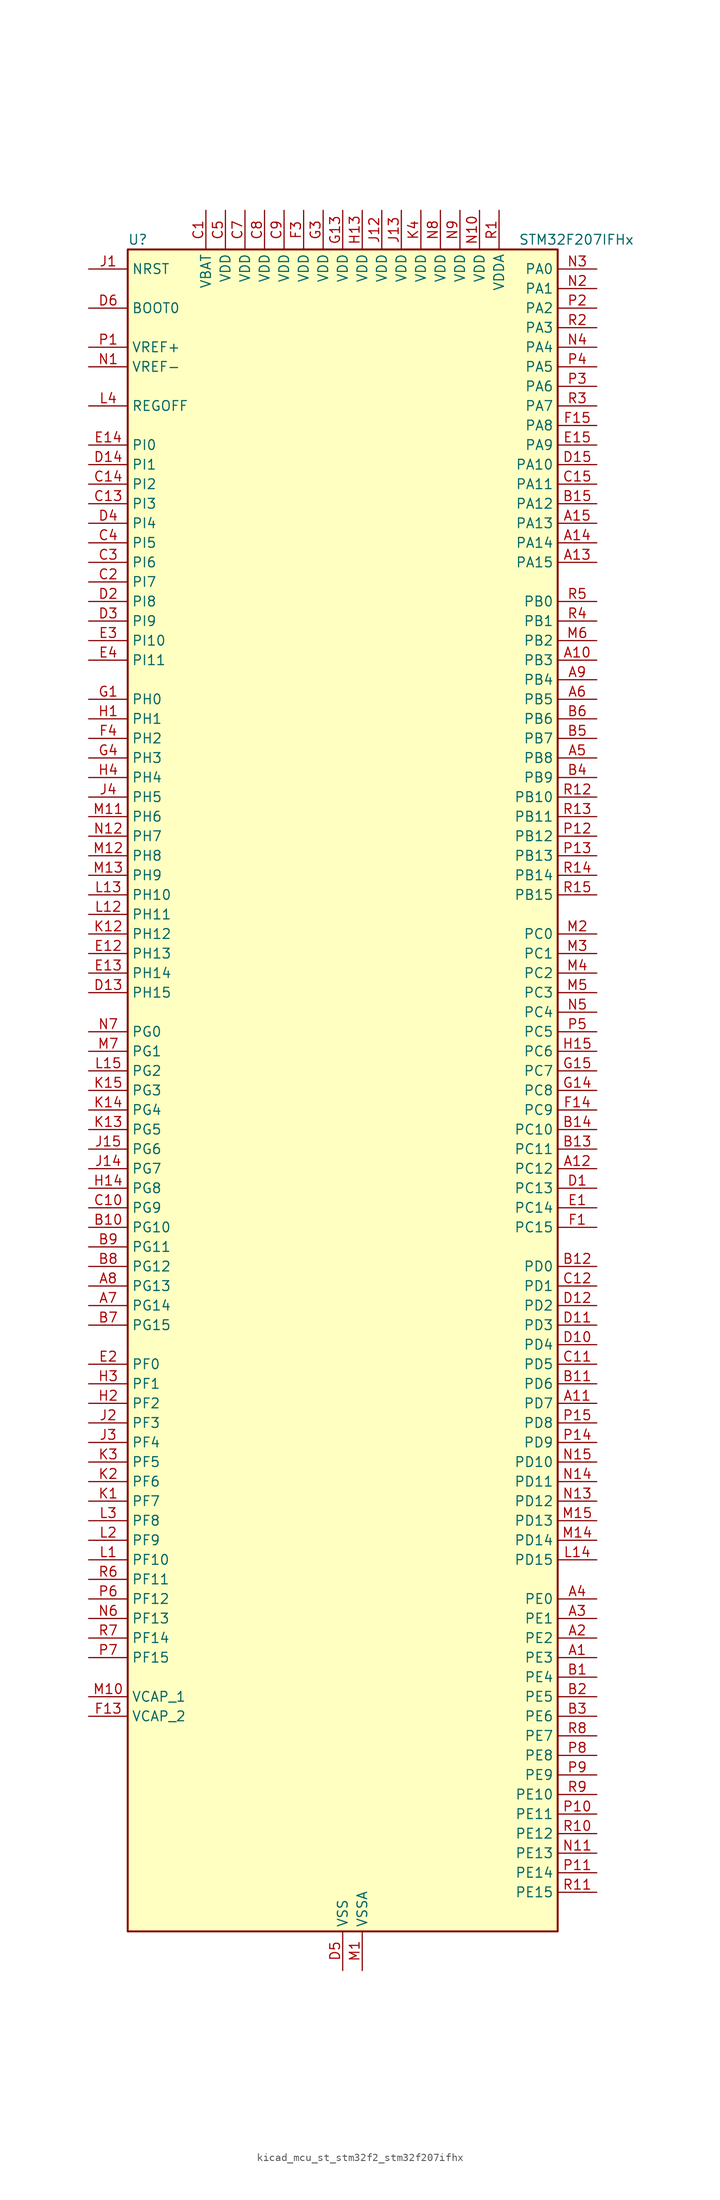
<source format=kicad_sym>
(kicad_symbol_lib
  (version 20220914)
  (generator kicad_symbol_editor)
  (symbol "kicad_mcu_st_stm32f2_stm32f207ifhx"
    (property "Reference" "U"
      (at -27.94 110.49 0)
      (effects (font (size 1.27 1.27)) (justify left)))
    (property "Value" "STM32F207IFHx"
      (at 22.86 110.49 0)
      (effects (font (size 1.27 1.27)) (justify left)))
    (property "ki_locked" ""
      (at 0 0 0)
      (effects (font (size 1.27 1.27))))
    (symbol "kicad_mcu_st_stm32f2_stm32f207ifhx_0_1"
      (rectangle (start -27.94 -109.22) (end 27.94 109.22) (stroke (width 0.254) (type default)) (fill (type background))))
    (symbol "kicad_mcu_st_stm32f2_stm32f207ifhx_1_1"
      (pin bidirectional line (at 33.02 -73.66 180) (length 5.08) (name "PE3" (effects (font (size 1.27 1.27)))) (number "A1" (effects (font (size 1.27 1.27)))) (alternate "FSMC_A19" bidirectional line) (alternate "SYS_TRACED0" bidirectional line))
      (pin bidirectional line (at 33.02 55.88 180) (length 5.08) (name "PB3" (effects (font (size 1.27 1.27)))) (number "A10" (effects (font (size 1.27 1.27)))) (alternate "I2S3_SCK" bidirectional line) (alternate "SPI1_SCK" bidirectional line) (alternate "SPI3_SCK" bidirectional line) (alternate "SYS_JTDO-SWO" bidirectional line) (alternate "TIM2_CH2" bidirectional line))
      (pin bidirectional line (at 33.02 -40.64 180) (length 5.08) (name "PD7" (effects (font (size 1.27 1.27)))) (number "A11" (effects (font (size 1.27 1.27)))) (alternate "FSMC_NCE2" bidirectional line) (alternate "FSMC_NE1" bidirectional line) (alternate "USART2_CK" bidirectional line))
      (pin bidirectional line (at 33.02 -10.16 180) (length 5.08) (name "PC12" (effects (font (size 1.27 1.27)))) (number "A12" (effects (font (size 1.27 1.27)))) (alternate "DCMI_D9" bidirectional line) (alternate "I2S3_SD" bidirectional line) (alternate "SDIO_CK" bidirectional line) (alternate "SPI3_MOSI" bidirectional line) (alternate "UART5_TX" bidirectional line) (alternate "USART3_CK" bidirectional line))
      (pin bidirectional line (at 33.02 68.58 180) (length 5.08) (name "PA15" (effects (font (size 1.27 1.27)))) (number "A13" (effects (font (size 1.27 1.27)))) (alternate "ADC1_EXTI15" bidirectional line) (alternate "ADC2_EXTI15" bidirectional line) (alternate "ADC3_EXTI15" bidirectional line) (alternate "I2S3_WS" bidirectional line) (alternate "SPI1_NSS" bidirectional line) (alternate "SPI3_NSS" bidirectional line) (alternate "SYS_JTDI" bidirectional line) (alternate "TIM2_CH1" bidirectional line) (alternate "TIM2_ETR" bidirectional line))
      (pin bidirectional line (at 33.02 71.12 180) (length 5.08) (name "PA14" (effects (font (size 1.27 1.27)))) (number "A14" (effects (font (size 1.27 1.27)))) (alternate "SYS_JTCK-SWCLK" bidirectional line))
      (pin bidirectional line (at 33.02 73.66 180) (length 5.08) (name "PA13" (effects (font (size 1.27 1.27)))) (number "A15" (effects (font (size 1.27 1.27)))) (alternate "SYS_JTMS-SWDIO" bidirectional line))
      (pin bidirectional line (at 33.02 -71.12 180) (length 5.08) (name "PE2" (effects (font (size 1.27 1.27)))) (number "A2" (effects (font (size 1.27 1.27)))) (alternate "ETH_TXD3" bidirectional line) (alternate "FSMC_A23" bidirectional line) (alternate "SYS_TRACECLK" bidirectional line))
      (pin bidirectional line (at 33.02 -68.58 180) (length 5.08) (name "PE1" (effects (font (size 1.27 1.27)))) (number "A3" (effects (font (size 1.27 1.27)))) (alternate "DCMI_D3" bidirectional line) (alternate "FSMC_NBL1" bidirectional line))
      (pin bidirectional line (at 33.02 -66.04 180) (length 5.08) (name "PE0" (effects (font (size 1.27 1.27)))) (number "A4" (effects (font (size 1.27 1.27)))) (alternate "DCMI_D2" bidirectional line) (alternate "FSMC_NBL0" bidirectional line) (alternate "TIM4_ETR" bidirectional line))
      (pin bidirectional line (at 33.02 43.18 180) (length 5.08) (name "PB8" (effects (font (size 1.27 1.27)))) (number "A5" (effects (font (size 1.27 1.27)))) (alternate "CAN1_RX" bidirectional line) (alternate "DCMI_D6" bidirectional line) (alternate "ETH_TXD3" bidirectional line) (alternate "I2C1_SCL" bidirectional line) (alternate "SDIO_D4" bidirectional line) (alternate "TIM10_CH1" bidirectional line) (alternate "TIM4_CH3" bidirectional line))
      (pin bidirectional line (at 33.02 50.8 180) (length 5.08) (name "PB5" (effects (font (size 1.27 1.27)))) (number "A6" (effects (font (size 1.27 1.27)))) (alternate "CAN2_RX" bidirectional line) (alternate "DCMI_D10" bidirectional line) (alternate "ETH_PPS_OUT" bidirectional line) (alternate "I2C1_SMBA" bidirectional line) (alternate "I2S3_SD" bidirectional line) (alternate "SPI1_MOSI" bidirectional line) (alternate "SPI3_MOSI" bidirectional line) (alternate "TIM3_CH2" bidirectional line) (alternate "USB_OTG_HS_ULPI_D7" bidirectional line))
      (pin bidirectional line (at -33.02 -27.94 0) (length 5.08) (name "PG14" (effects (font (size 1.27 1.27)))) (number "A7" (effects (font (size 1.27 1.27)))) (alternate "ETH_TXD1" bidirectional line) (alternate "FSMC_A25" bidirectional line) (alternate "USART6_TX" bidirectional line))
      (pin bidirectional line (at -33.02 -25.4 0) (length 5.08) (name "PG13" (effects (font (size 1.27 1.27)))) (number "A8" (effects (font (size 1.27 1.27)))) (alternate "ETH_TXD0" bidirectional line) (alternate "FSMC_A24" bidirectional line) (alternate "USART6_CTS" bidirectional line))
      (pin bidirectional line (at 33.02 53.34 180) (length 5.08) (name "PB4" (effects (font (size 1.27 1.27)))) (number "A9" (effects (font (size 1.27 1.27)))) (alternate "SPI1_MISO" bidirectional line) (alternate "SPI3_MISO" bidirectional line) (alternate "SYS_JTRST" bidirectional line) (alternate "TIM3_CH1" bidirectional line))
      (pin bidirectional line (at 33.02 -76.2 180) (length 5.08) (name "PE4" (effects (font (size 1.27 1.27)))) (number "B1" (effects (font (size 1.27 1.27)))) (alternate "DCMI_D4" bidirectional line) (alternate "FSMC_A20" bidirectional line) (alternate "SYS_TRACED1" bidirectional line))
      (pin bidirectional line (at -33.02 -17.78 0) (length 5.08) (name "PG10" (effects (font (size 1.27 1.27)))) (number "B10" (effects (font (size 1.27 1.27)))) (alternate "FSMC_NCE4_1" bidirectional line) (alternate "FSMC_NE3" bidirectional line))
      (pin bidirectional line (at 33.02 -38.1 180) (length 5.08) (name "PD6" (effects (font (size 1.27 1.27)))) (number "B11" (effects (font (size 1.27 1.27)))) (alternate "FSMC_NWAIT" bidirectional line) (alternate "USART2_RX" bidirectional line))
      (pin bidirectional line (at 33.02 -22.86 180) (length 5.08) (name "PD0" (effects (font (size 1.27 1.27)))) (number "B12" (effects (font (size 1.27 1.27)))) (alternate "CAN1_RX" bidirectional line) (alternate "FSMC_D2" bidirectional line) (alternate "FSMC_DA2" bidirectional line))
      (pin bidirectional line (at 33.02 -7.62 180) (length 5.08) (name "PC11" (effects (font (size 1.27 1.27)))) (number "B13" (effects (font (size 1.27 1.27)))) (alternate "ADC1_EXTI11" bidirectional line) (alternate "ADC2_EXTI11" bidirectional line) (alternate "ADC3_EXTI11" bidirectional line) (alternate "DCMI_D4" bidirectional line) (alternate "SDIO_D3" bidirectional line) (alternate "SPI3_MISO" bidirectional line) (alternate "UART4_RX" bidirectional line) (alternate "USART3_RX" bidirectional line))
      (pin bidirectional line (at 33.02 -5.08 180) (length 5.08) (name "PC10" (effects (font (size 1.27 1.27)))) (number "B14" (effects (font (size 1.27 1.27)))) (alternate "DCMI_D8" bidirectional line) (alternate "I2S3_SCK" bidirectional line) (alternate "SDIO_D2" bidirectional line) (alternate "SPI3_SCK" bidirectional line) (alternate "UART4_TX" bidirectional line) (alternate "USART3_TX" bidirectional line))
      (pin bidirectional line (at 33.02 76.2 180) (length 5.08) (name "PA12" (effects (font (size 1.27 1.27)))) (number "B15" (effects (font (size 1.27 1.27)))) (alternate "CAN1_TX" bidirectional line) (alternate "TIM1_ETR" bidirectional line) (alternate "USART1_RTS" bidirectional line) (alternate "USB_OTG_FS_DP" bidirectional line))
      (pin bidirectional line (at 33.02 -78.74 180) (length 5.08) (name "PE5" (effects (font (size 1.27 1.27)))) (number "B2" (effects (font (size 1.27 1.27)))) (alternate "DCMI_D6" bidirectional line) (alternate "FSMC_A21" bidirectional line) (alternate "SYS_TRACED2" bidirectional line) (alternate "TIM9_CH1" bidirectional line))
      (pin bidirectional line (at 33.02 -81.28 180) (length 5.08) (name "PE6" (effects (font (size 1.27 1.27)))) (number "B3" (effects (font (size 1.27 1.27)))) (alternate "DCMI_D7" bidirectional line) (alternate "FSMC_A22" bidirectional line) (alternate "SYS_TRACED3" bidirectional line) (alternate "TIM9_CH2" bidirectional line))
      (pin bidirectional line (at 33.02 40.64 180) (length 5.08) (name "PB9" (effects (font (size 1.27 1.27)))) (number "B4" (effects (font (size 1.27 1.27)))) (alternate "CAN1_TX" bidirectional line) (alternate "DAC_EXTI9" bidirectional line) (alternate "DCMI_D7" bidirectional line) (alternate "I2C1_SDA" bidirectional line) (alternate "I2S2_WS" bidirectional line) (alternate "SDIO_D5" bidirectional line) (alternate "SPI2_NSS" bidirectional line) (alternate "TIM11_CH1" bidirectional line) (alternate "TIM4_CH4" bidirectional line))
      (pin bidirectional line (at 33.02 45.72 180) (length 5.08) (name "PB7" (effects (font (size 1.27 1.27)))) (number "B5" (effects (font (size 1.27 1.27)))) (alternate "DCMI_VSYNC" bidirectional line) (alternate "FSMC_NL" bidirectional line) (alternate "I2C1_SDA" bidirectional line) (alternate "TIM4_CH2" bidirectional line) (alternate "USART1_RX" bidirectional line))
      (pin bidirectional line (at 33.02 48.26 180) (length 5.08) (name "PB6" (effects (font (size 1.27 1.27)))) (number "B6" (effects (font (size 1.27 1.27)))) (alternate "CAN2_TX" bidirectional line) (alternate "DCMI_D5" bidirectional line) (alternate "I2C1_SCL" bidirectional line) (alternate "TIM4_CH1" bidirectional line) (alternate "USART1_TX" bidirectional line))
      (pin bidirectional line (at -33.02 -30.48 0) (length 5.08) (name "PG15" (effects (font (size 1.27 1.27)))) (number "B7" (effects (font (size 1.27 1.27)))) (alternate "ADC1_EXTI15" bidirectional line) (alternate "ADC2_EXTI15" bidirectional line) (alternate "ADC3_EXTI15" bidirectional line) (alternate "DCMI_D13" bidirectional line) (alternate "USART6_CTS" bidirectional line))
      (pin bidirectional line (at -33.02 -22.86 0) (length 5.08) (name "PG12" (effects (font (size 1.27 1.27)))) (number "B8" (effects (font (size 1.27 1.27)))) (alternate "FSMC_NE4" bidirectional line) (alternate "USART6_RTS" bidirectional line))
      (pin bidirectional line (at -33.02 -20.32 0) (length 5.08) (name "PG11" (effects (font (size 1.27 1.27)))) (number "B9" (effects (font (size 1.27 1.27)))) (alternate "ADC1_EXTI11" bidirectional line) (alternate "ADC2_EXTI11" bidirectional line) (alternate "ADC3_EXTI11" bidirectional line) (alternate "ETH_TX_EN" bidirectional line) (alternate "FSMC_NCE4_2" bidirectional line))
      (pin power_in line (at -17.78 114.3 270) (length 5.08) (name "VBAT" (effects (font (size 1.27 1.27)))) (number "C1" (effects (font (size 1.27 1.27)))))
      (pin bidirectional line (at -33.02 -15.24 0) (length 5.08) (name "PG9" (effects (font (size 1.27 1.27)))) (number "C10" (effects (font (size 1.27 1.27)))) (alternate "DAC_EXTI9" bidirectional line) (alternate "FSMC_NCE3" bidirectional line) (alternate "FSMC_NE2" bidirectional line) (alternate "USART6_RX" bidirectional line))
      (pin bidirectional line (at 33.02 -35.56 180) (length 5.08) (name "PD5" (effects (font (size 1.27 1.27)))) (number "C11" (effects (font (size 1.27 1.27)))) (alternate "FSMC_NWE" bidirectional line) (alternate "USART2_TX" bidirectional line))
      (pin bidirectional line (at 33.02 -25.4 180) (length 5.08) (name "PD1" (effects (font (size 1.27 1.27)))) (number "C12" (effects (font (size 1.27 1.27)))) (alternate "CAN1_TX" bidirectional line) (alternate "FSMC_D3" bidirectional line) (alternate "FSMC_DA3" bidirectional line))
      (pin bidirectional line (at -33.02 76.2 0) (length 5.08) (name "PI3" (effects (font (size 1.27 1.27)))) (number "C13" (effects (font (size 1.27 1.27)))) (alternate "DCMI_D10" bidirectional line) (alternate "I2S2_SD" bidirectional line) (alternate "SPI2_MOSI" bidirectional line) (alternate "TIM8_ETR" bidirectional line))
      (pin bidirectional line (at -33.02 78.74 0) (length 5.08) (name "PI2" (effects (font (size 1.27 1.27)))) (number "C14" (effects (font (size 1.27 1.27)))) (alternate "DCMI_D9" bidirectional line) (alternate "SPI2_MISO" bidirectional line) (alternate "TIM8_CH4" bidirectional line))
      (pin bidirectional line (at 33.02 78.74 180) (length 5.08) (name "PA11" (effects (font (size 1.27 1.27)))) (number "C15" (effects (font (size 1.27 1.27)))) (alternate "ADC1_EXTI11" bidirectional line) (alternate "ADC2_EXTI11" bidirectional line) (alternate "ADC3_EXTI11" bidirectional line) (alternate "CAN1_RX" bidirectional line) (alternate "TIM1_CH4" bidirectional line) (alternate "USART1_CTS" bidirectional line) (alternate "USB_OTG_FS_DM" bidirectional line))
      (pin bidirectional line (at -33.02 66.04 0) (length 5.08) (name "PI7" (effects (font (size 1.27 1.27)))) (number "C2" (effects (font (size 1.27 1.27)))) (alternate "DCMI_D7" bidirectional line) (alternate "TIM8_CH3" bidirectional line))
      (pin bidirectional line (at -33.02 68.58 0) (length 5.08) (name "PI6" (effects (font (size 1.27 1.27)))) (number "C3" (effects (font (size 1.27 1.27)))) (alternate "DCMI_D6" bidirectional line) (alternate "TIM8_CH2" bidirectional line))
      (pin bidirectional line (at -33.02 71.12 0) (length 5.08) (name "PI5" (effects (font (size 1.27 1.27)))) (number "C4" (effects (font (size 1.27 1.27)))) (alternate "DCMI_VSYNC" bidirectional line) (alternate "TIM8_CH1" bidirectional line))
      (pin power_in line (at -15.24 114.3 270) (length 5.08) (name "VDD" (effects (font (size 1.27 1.27)))) (number "C5" (effects (font (size 1.27 1.27)))))
      (pin no_connect line (at -27.94 -109.22 0) (length 5.08) hide (name "RFU" (effects (font (size 1.27 1.27)))) (number "C6" (effects (font (size 1.27 1.27)))))
      (pin power_in line (at -12.7 114.3 270) (length 5.08) (name "VDD" (effects (font (size 1.27 1.27)))) (number "C7" (effects (font (size 1.27 1.27)))))
      (pin power_in line (at -10.16 114.3 270) (length 5.08) (name "VDD" (effects (font (size 1.27 1.27)))) (number "C8" (effects (font (size 1.27 1.27)))))
      (pin power_in line (at -7.62 114.3 270) (length 5.08) (name "VDD" (effects (font (size 1.27 1.27)))) (number "C9" (effects (font (size 1.27 1.27)))))
      (pin bidirectional line (at 33.02 -12.7 180) (length 5.08) (name "PC13" (effects (font (size 1.27 1.27)))) (number "D1" (effects (font (size 1.27 1.27)))) (alternate "RTC_AF1" bidirectional line))
      (pin bidirectional line (at 33.02 -33.02 180) (length 5.08) (name "PD4" (effects (font (size 1.27 1.27)))) (number "D10" (effects (font (size 1.27 1.27)))) (alternate "FSMC_NOE" bidirectional line) (alternate "USART2_RTS" bidirectional line))
      (pin bidirectional line (at 33.02 -30.48 180) (length 5.08) (name "PD3" (effects (font (size 1.27 1.27)))) (number "D11" (effects (font (size 1.27 1.27)))) (alternate "FSMC_CLK" bidirectional line) (alternate "USART2_CTS" bidirectional line))
      (pin bidirectional line (at 33.02 -27.94 180) (length 5.08) (name "PD2" (effects (font (size 1.27 1.27)))) (number "D12" (effects (font (size 1.27 1.27)))) (alternate "DCMI_D11" bidirectional line) (alternate "SDIO_CMD" bidirectional line) (alternate "TIM3_ETR" bidirectional line) (alternate "UART5_RX" bidirectional line))
      (pin bidirectional line (at -33.02 12.7 0) (length 5.08) (name "PH15" (effects (font (size 1.27 1.27)))) (number "D13" (effects (font (size 1.27 1.27)))) (alternate "ADC1_EXTI15" bidirectional line) (alternate "ADC2_EXTI15" bidirectional line) (alternate "ADC3_EXTI15" bidirectional line) (alternate "DCMI_D11" bidirectional line) (alternate "TIM8_CH3N" bidirectional line))
      (pin bidirectional line (at -33.02 81.28 0) (length 5.08) (name "PI1" (effects (font (size 1.27 1.27)))) (number "D14" (effects (font (size 1.27 1.27)))) (alternate "DCMI_D8" bidirectional line) (alternate "I2S2_SCK" bidirectional line) (alternate "SPI2_SCK" bidirectional line))
      (pin bidirectional line (at 33.02 81.28 180) (length 5.08) (name "PA10" (effects (font (size 1.27 1.27)))) (number "D15" (effects (font (size 1.27 1.27)))) (alternate "DCMI_D1" bidirectional line) (alternate "TIM1_CH3" bidirectional line) (alternate "USART1_RX" bidirectional line) (alternate "USB_OTG_FS_ID" bidirectional line))
      (pin bidirectional line (at -33.02 63.5 0) (length 5.08) (name "PI8" (effects (font (size 1.27 1.27)))) (number "D2" (effects (font (size 1.27 1.27)))) (alternate "RTC_AF2" bidirectional line))
      (pin bidirectional line (at -33.02 60.96 0) (length 5.08) (name "PI9" (effects (font (size 1.27 1.27)))) (number "D3" (effects (font (size 1.27 1.27)))) (alternate "CAN1_RX" bidirectional line) (alternate "DAC_EXTI9" bidirectional line))
      (pin bidirectional line (at -33.02 73.66 0) (length 5.08) (name "PI4" (effects (font (size 1.27 1.27)))) (number "D4" (effects (font (size 1.27 1.27)))) (alternate "DCMI_D5" bidirectional line) (alternate "TIM8_BKIN" bidirectional line))
      (pin power_in line (at 0 -114.3 90) (length 5.08) (name "VSS" (effects (font (size 1.27 1.27)))) (number "D5" (effects (font (size 1.27 1.27)))))
      (pin input line (at -33.02 101.6 0) (length 5.08) (name "BOOT0" (effects (font (size 1.27 1.27)))) (number "D6" (effects (font (size 1.27 1.27)))))
      (pin passive line (at 0 -114.3 90) (length 5.08) hide (name "VSS" (effects (font (size 1.27 1.27)))) (number "D7" (effects (font (size 1.27 1.27)))))
      (pin passive line (at 0 -114.3 90) (length 5.08) hide (name "VSS" (effects (font (size 1.27 1.27)))) (number "D8" (effects (font (size 1.27 1.27)))))
      (pin passive line (at 0 -114.3 90) (length 5.08) hide (name "VSS" (effects (font (size 1.27 1.27)))) (number "D9" (effects (font (size 1.27 1.27)))))
      (pin bidirectional line (at 33.02 -15.24 180) (length 5.08) (name "PC14" (effects (font (size 1.27 1.27)))) (number "E1" (effects (font (size 1.27 1.27)))) (alternate "RCC_OSC32_IN" bidirectional line))
      (pin bidirectional line (at -33.02 17.78 0) (length 5.08) (name "PH13" (effects (font (size 1.27 1.27)))) (number "E12" (effects (font (size 1.27 1.27)))) (alternate "CAN1_TX" bidirectional line) (alternate "TIM8_CH1N" bidirectional line))
      (pin bidirectional line (at -33.02 15.24 0) (length 5.08) (name "PH14" (effects (font (size 1.27 1.27)))) (number "E13" (effects (font (size 1.27 1.27)))) (alternate "DCMI_D4" bidirectional line) (alternate "TIM8_CH2N" bidirectional line))
      (pin bidirectional line (at -33.02 83.82 0) (length 5.08) (name "PI0" (effects (font (size 1.27 1.27)))) (number "E14" (effects (font (size 1.27 1.27)))) (alternate "DCMI_D13" bidirectional line) (alternate "I2S2_WS" bidirectional line) (alternate "SPI2_NSS" bidirectional line) (alternate "TIM5_CH4" bidirectional line))
      (pin bidirectional line (at 33.02 83.82 180) (length 5.08) (name "PA9" (effects (font (size 1.27 1.27)))) (number "E15" (effects (font (size 1.27 1.27)))) (alternate "DAC_EXTI9" bidirectional line) (alternate "DCMI_D0" bidirectional line) (alternate "I2C3_SMBA" bidirectional line) (alternate "TIM1_CH2" bidirectional line) (alternate "USART1_TX" bidirectional line) (alternate "USB_OTG_FS_VBUS" bidirectional line))
      (pin bidirectional line (at -33.02 -35.56 0) (length 5.08) (name "PF0" (effects (font (size 1.27 1.27)))) (number "E2" (effects (font (size 1.27 1.27)))) (alternate "FSMC_A0" bidirectional line) (alternate "I2C2_SDA" bidirectional line))
      (pin bidirectional line (at -33.02 58.42 0) (length 5.08) (name "PI10" (effects (font (size 1.27 1.27)))) (number "E3" (effects (font (size 1.27 1.27)))) (alternate "ETH_RX_ER" bidirectional line))
      (pin bidirectional line (at -33.02 55.88 0) (length 5.08) (name "PI11" (effects (font (size 1.27 1.27)))) (number "E4" (effects (font (size 1.27 1.27)))) (alternate "ADC1_EXTI11" bidirectional line) (alternate "ADC2_EXTI11" bidirectional line) (alternate "ADC3_EXTI11" bidirectional line) (alternate "USB_OTG_HS_ULPI_DIR" bidirectional line))
      (pin bidirectional line (at 33.02 -17.78 180) (length 5.08) (name "PC15" (effects (font (size 1.27 1.27)))) (number "F1" (effects (font (size 1.27 1.27)))) (alternate "ADC1_EXTI15" bidirectional line) (alternate "ADC2_EXTI15" bidirectional line) (alternate "ADC3_EXTI15" bidirectional line) (alternate "RCC_OSC32_OUT" bidirectional line))
      (pin passive line (at 0 -114.3 90) (length 5.08) hide (name "VSS" (effects (font (size 1.27 1.27)))) (number "F10" (effects (font (size 1.27 1.27)))))
      (pin passive line (at 0 -114.3 90) (length 5.08) hide (name "VSS" (effects (font (size 1.27 1.27)))) (number "F12" (effects (font (size 1.27 1.27)))))
      (pin power_out line (at -33.02 -81.28 0) (length 5.08) (name "VCAP_2" (effects (font (size 1.27 1.27)))) (number "F13" (effects (font (size 1.27 1.27)))))
      (pin bidirectional line (at 33.02 -2.54 180) (length 5.08) (name "PC9" (effects (font (size 1.27 1.27)))) (number "F14" (effects (font (size 1.27 1.27)))) (alternate "DAC_EXTI9" bidirectional line) (alternate "DCMI_D3" bidirectional line) (alternate "I2C3_SDA" bidirectional line) (alternate "I2S_CKIN" bidirectional line) (alternate "RCC_MCO_2" bidirectional line) (alternate "SDIO_D1" bidirectional line) (alternate "TIM3_CH4" bidirectional line) (alternate "TIM8_CH4" bidirectional line))
      (pin bidirectional line (at 33.02 86.36 180) (length 5.08) (name "PA8" (effects (font (size 1.27 1.27)))) (number "F15" (effects (font (size 1.27 1.27)))) (alternate "I2C3_SCL" bidirectional line) (alternate "RCC_MCO_1" bidirectional line) (alternate "TIM1_CH1" bidirectional line) (alternate "USART1_CK" bidirectional line) (alternate "USB_OTG_FS_SOF" bidirectional line))
      (pin passive line (at 0 -114.3 90) (length 5.08) hide (name "VSS" (effects (font (size 1.27 1.27)))) (number "F2" (effects (font (size 1.27 1.27)))))
      (pin power_in line (at -5.08 114.3 270) (length 5.08) (name "VDD" (effects (font (size 1.27 1.27)))) (number "F3" (effects (font (size 1.27 1.27)))))
      (pin bidirectional line (at -33.02 45.72 0) (length 5.08) (name "PH2" (effects (font (size 1.27 1.27)))) (number "F4" (effects (font (size 1.27 1.27)))) (alternate "ETH_CRS" bidirectional line))
      (pin passive line (at 0 -114.3 90) (length 5.08) hide (name "VSS" (effects (font (size 1.27 1.27)))) (number "F6" (effects (font (size 1.27 1.27)))))
      (pin passive line (at 0 -114.3 90) (length 5.08) hide (name "VSS" (effects (font (size 1.27 1.27)))) (number "F7" (effects (font (size 1.27 1.27)))))
      (pin passive line (at 0 -114.3 90) (length 5.08) hide (name "VSS" (effects (font (size 1.27 1.27)))) (number "F8" (effects (font (size 1.27 1.27)))))
      (pin passive line (at 0 -114.3 90) (length 5.08) hide (name "VSS" (effects (font (size 1.27 1.27)))) (number "F9" (effects (font (size 1.27 1.27)))))
      (pin bidirectional line (at -33.02 50.8 0) (length 5.08) (name "PH0" (effects (font (size 1.27 1.27)))) (number "G1" (effects (font (size 1.27 1.27)))) (alternate "RCC_OSC_IN" bidirectional line))
      (pin passive line (at 0 -114.3 90) (length 5.08) hide (name "VSS" (effects (font (size 1.27 1.27)))) (number "G10" (effects (font (size 1.27 1.27)))))
      (pin passive line (at 0 -114.3 90) (length 5.08) hide (name "VSS" (effects (font (size 1.27 1.27)))) (number "G12" (effects (font (size 1.27 1.27)))))
      (pin power_in line (at 0 114.3 270) (length 5.08) (name "VDD" (effects (font (size 1.27 1.27)))) (number "G13" (effects (font (size 1.27 1.27)))))
      (pin bidirectional line (at 33.02 0 180) (length 5.08) (name "PC8" (effects (font (size 1.27 1.27)))) (number "G14" (effects (font (size 1.27 1.27)))) (alternate "DCMI_D2" bidirectional line) (alternate "SDIO_D0" bidirectional line) (alternate "TIM3_CH3" bidirectional line) (alternate "TIM8_CH3" bidirectional line) (alternate "USART6_CK" bidirectional line))
      (pin bidirectional line (at 33.02 2.54 180) (length 5.08) (name "PC7" (effects (font (size 1.27 1.27)))) (number "G15" (effects (font (size 1.27 1.27)))) (alternate "DCMI_D1" bidirectional line) (alternate "I2S3_MCK" bidirectional line) (alternate "SDIO_D7" bidirectional line) (alternate "TIM3_CH2" bidirectional line) (alternate "TIM8_CH2" bidirectional line) (alternate "USART6_RX" bidirectional line))
      (pin passive line (at 0 -114.3 90) (length 5.08) hide (name "VSS" (effects (font (size 1.27 1.27)))) (number "G2" (effects (font (size 1.27 1.27)))))
      (pin power_in line (at -2.54 114.3 270) (length 5.08) (name "VDD" (effects (font (size 1.27 1.27)))) (number "G3" (effects (font (size 1.27 1.27)))))
      (pin bidirectional line (at -33.02 43.18 0) (length 5.08) (name "PH3" (effects (font (size 1.27 1.27)))) (number "G4" (effects (font (size 1.27 1.27)))) (alternate "ETH_COL" bidirectional line))
      (pin passive line (at 0 -114.3 90) (length 5.08) hide (name "VSS" (effects (font (size 1.27 1.27)))) (number "G6" (effects (font (size 1.27 1.27)))))
      (pin passive line (at 0 -114.3 90) (length 5.08) hide (name "VSS" (effects (font (size 1.27 1.27)))) (number "G7" (effects (font (size 1.27 1.27)))))
      (pin passive line (at 0 -114.3 90) (length 5.08) hide (name "VSS" (effects (font (size 1.27 1.27)))) (number "G8" (effects (font (size 1.27 1.27)))))
      (pin passive line (at 0 -114.3 90) (length 5.08) hide (name "VSS" (effects (font (size 1.27 1.27)))) (number "G9" (effects (font (size 1.27 1.27)))))
      (pin bidirectional line (at -33.02 48.26 0) (length 5.08) (name "PH1" (effects (font (size 1.27 1.27)))) (number "H1" (effects (font (size 1.27 1.27)))) (alternate "RCC_OSC_OUT" bidirectional line))
      (pin passive line (at 0 -114.3 90) (length 5.08) hide (name "VSS" (effects (font (size 1.27 1.27)))) (number "H10" (effects (font (size 1.27 1.27)))))
      (pin passive line (at 0 -114.3 90) (length 5.08) hide (name "VSS" (effects (font (size 1.27 1.27)))) (number "H12" (effects (font (size 1.27 1.27)))))
      (pin power_in line (at 2.54 114.3 270) (length 5.08) (name "VDD" (effects (font (size 1.27 1.27)))) (number "H13" (effects (font (size 1.27 1.27)))))
      (pin bidirectional line (at -33.02 -12.7 0) (length 5.08) (name "PG8" (effects (font (size 1.27 1.27)))) (number "H14" (effects (font (size 1.27 1.27)))) (alternate "ETH_PPS_OUT" bidirectional line) (alternate "USART6_RTS" bidirectional line))
      (pin bidirectional line (at 33.02 5.08 180) (length 5.08) (name "PC6" (effects (font (size 1.27 1.27)))) (number "H15" (effects (font (size 1.27 1.27)))) (alternate "DCMI_D0" bidirectional line) (alternate "I2S2_MCK" bidirectional line) (alternate "SDIO_D6" bidirectional line) (alternate "TIM3_CH1" bidirectional line) (alternate "TIM8_CH1" bidirectional line) (alternate "USART6_TX" bidirectional line))
      (pin bidirectional line (at -33.02 -40.64 0) (length 5.08) (name "PF2" (effects (font (size 1.27 1.27)))) (number "H2" (effects (font (size 1.27 1.27)))) (alternate "FSMC_A2" bidirectional line) (alternate "I2C2_SMBA" bidirectional line))
      (pin bidirectional line (at -33.02 -38.1 0) (length 5.08) (name "PF1" (effects (font (size 1.27 1.27)))) (number "H3" (effects (font (size 1.27 1.27)))) (alternate "FSMC_A1" bidirectional line) (alternate "I2C2_SCL" bidirectional line))
      (pin bidirectional line (at -33.02 40.64 0) (length 5.08) (name "PH4" (effects (font (size 1.27 1.27)))) (number "H4" (effects (font (size 1.27 1.27)))) (alternate "I2C2_SCL" bidirectional line) (alternate "USB_OTG_HS_ULPI_NXT" bidirectional line))
      (pin passive line (at 0 -114.3 90) (length 5.08) hide (name "VSS" (effects (font (size 1.27 1.27)))) (number "H6" (effects (font (size 1.27 1.27)))))
      (pin passive line (at 0 -114.3 90) (length 5.08) hide (name "VSS" (effects (font (size 1.27 1.27)))) (number "H7" (effects (font (size 1.27 1.27)))))
      (pin passive line (at 0 -114.3 90) (length 5.08) hide (name "VSS" (effects (font (size 1.27 1.27)))) (number "H8" (effects (font (size 1.27 1.27)))))
      (pin passive line (at 0 -114.3 90) (length 5.08) hide (name "VSS" (effects (font (size 1.27 1.27)))) (number "H9" (effects (font (size 1.27 1.27)))))
      (pin input line (at -33.02 106.68 0) (length 5.08) (name "NRST" (effects (font (size 1.27 1.27)))) (number "J1" (effects (font (size 1.27 1.27)))))
      (pin passive line (at 0 -114.3 90) (length 5.08) hide (name "VSS" (effects (font (size 1.27 1.27)))) (number "J10" (effects (font (size 1.27 1.27)))))
      (pin power_in line (at 5.08 114.3 270) (length 5.08) (name "VDD" (effects (font (size 1.27 1.27)))) (number "J12" (effects (font (size 1.27 1.27)))))
      (pin power_in line (at 7.62 114.3 270) (length 5.08) (name "VDD" (effects (font (size 1.27 1.27)))) (number "J13" (effects (font (size 1.27 1.27)))))
      (pin bidirectional line (at -33.02 -10.16 0) (length 5.08) (name "PG7" (effects (font (size 1.27 1.27)))) (number "J14" (effects (font (size 1.27 1.27)))) (alternate "FSMC_INT3" bidirectional line) (alternate "USART6_CK" bidirectional line))
      (pin bidirectional line (at -33.02 -7.62 0) (length 5.08) (name "PG6" (effects (font (size 1.27 1.27)))) (number "J15" (effects (font (size 1.27 1.27)))) (alternate "FSMC_INT2" bidirectional line))
      (pin bidirectional line (at -33.02 -43.18 0) (length 5.08) (name "PF3" (effects (font (size 1.27 1.27)))) (number "J2" (effects (font (size 1.27 1.27)))) (alternate "ADC3_IN9" bidirectional line) (alternate "FSMC_A3" bidirectional line))
      (pin bidirectional line (at -33.02 -45.72 0) (length 5.08) (name "PF4" (effects (font (size 1.27 1.27)))) (number "J3" (effects (font (size 1.27 1.27)))) (alternate "ADC3_IN14" bidirectional line) (alternate "FSMC_A4" bidirectional line))
      (pin bidirectional line (at -33.02 38.1 0) (length 5.08) (name "PH5" (effects (font (size 1.27 1.27)))) (number "J4" (effects (font (size 1.27 1.27)))) (alternate "I2C2_SDA" bidirectional line))
      (pin passive line (at 0 -114.3 90) (length 5.08) hide (name "VSS" (effects (font (size 1.27 1.27)))) (number "J6" (effects (font (size 1.27 1.27)))))
      (pin passive line (at 0 -114.3 90) (length 5.08) hide (name "VSS" (effects (font (size 1.27 1.27)))) (number "J7" (effects (font (size 1.27 1.27)))))
      (pin passive line (at 0 -114.3 90) (length 5.08) hide (name "VSS" (effects (font (size 1.27 1.27)))) (number "J8" (effects (font (size 1.27 1.27)))))
      (pin passive line (at 0 -114.3 90) (length 5.08) hide (name "VSS" (effects (font (size 1.27 1.27)))) (number "J9" (effects (font (size 1.27 1.27)))))
      (pin bidirectional line (at -33.02 -53.34 0) (length 5.08) (name "PF7" (effects (font (size 1.27 1.27)))) (number "K1" (effects (font (size 1.27 1.27)))) (alternate "ADC3_IN5" bidirectional line) (alternate "FSMC_NREG" bidirectional line) (alternate "TIM11_CH1" bidirectional line))
      (pin passive line (at 0 -114.3 90) (length 5.08) hide (name "VSS" (effects (font (size 1.27 1.27)))) (number "K10" (effects (font (size 1.27 1.27)))))
      (pin bidirectional line (at -33.02 20.32 0) (length 5.08) (name "PH12" (effects (font (size 1.27 1.27)))) (number "K12" (effects (font (size 1.27 1.27)))) (alternate "DCMI_D3" bidirectional line) (alternate "TIM5_CH3" bidirectional line))
      (pin bidirectional line (at -33.02 -5.08 0) (length 5.08) (name "PG5" (effects (font (size 1.27 1.27)))) (number "K13" (effects (font (size 1.27 1.27)))) (alternate "FSMC_A15" bidirectional line))
      (pin bidirectional line (at -33.02 -2.54 0) (length 5.08) (name "PG4" (effects (font (size 1.27 1.27)))) (number "K14" (effects (font (size 1.27 1.27)))) (alternate "FSMC_A14" bidirectional line))
      (pin bidirectional line (at -33.02 0 0) (length 5.08) (name "PG3" (effects (font (size 1.27 1.27)))) (number "K15" (effects (font (size 1.27 1.27)))) (alternate "FSMC_A13" bidirectional line))
      (pin bidirectional line (at -33.02 -50.8 0) (length 5.08) (name "PF6" (effects (font (size 1.27 1.27)))) (number "K2" (effects (font (size 1.27 1.27)))) (alternate "ADC3_IN4" bidirectional line) (alternate "FSMC_NIORD" bidirectional line) (alternate "TIM10_CH1" bidirectional line))
      (pin bidirectional line (at -33.02 -48.26 0) (length 5.08) (name "PF5" (effects (font (size 1.27 1.27)))) (number "K3" (effects (font (size 1.27 1.27)))) (alternate "ADC3_IN15" bidirectional line) (alternate "FSMC_A5" bidirectional line))
      (pin power_in line (at 10.16 114.3 270) (length 5.08) (name "VDD" (effects (font (size 1.27 1.27)))) (number "K4" (effects (font (size 1.27 1.27)))))
      (pin passive line (at 0 -114.3 90) (length 5.08) hide (name "VSS" (effects (font (size 1.27 1.27)))) (number "K6" (effects (font (size 1.27 1.27)))))
      (pin passive line (at 0 -114.3 90) (length 5.08) hide (name "VSS" (effects (font (size 1.27 1.27)))) (number "K7" (effects (font (size 1.27 1.27)))))
      (pin passive line (at 0 -114.3 90) (length 5.08) hide (name "VSS" (effects (font (size 1.27 1.27)))) (number "K8" (effects (font (size 1.27 1.27)))))
      (pin passive line (at 0 -114.3 90) (length 5.08) hide (name "VSS" (effects (font (size 1.27 1.27)))) (number "K9" (effects (font (size 1.27 1.27)))))
      (pin bidirectional line (at -33.02 -60.96 0) (length 5.08) (name "PF10" (effects (font (size 1.27 1.27)))) (number "L1" (effects (font (size 1.27 1.27)))) (alternate "ADC3_IN8" bidirectional line) (alternate "FSMC_INTR" bidirectional line))
      (pin bidirectional line (at -33.02 22.86 0) (length 5.08) (name "PH11" (effects (font (size 1.27 1.27)))) (number "L12" (effects (font (size 1.27 1.27)))) (alternate "ADC1_EXTI11" bidirectional line) (alternate "ADC2_EXTI11" bidirectional line) (alternate "ADC3_EXTI11" bidirectional line) (alternate "DCMI_D2" bidirectional line) (alternate "TIM5_CH2" bidirectional line))
      (pin bidirectional line (at -33.02 25.4 0) (length 5.08) (name "PH10" (effects (font (size 1.27 1.27)))) (number "L13" (effects (font (size 1.27 1.27)))) (alternate "DCMI_D1" bidirectional line) (alternate "TIM5_CH1" bidirectional line))
      (pin bidirectional line (at 33.02 -60.96 180) (length 5.08) (name "PD15" (effects (font (size 1.27 1.27)))) (number "L14" (effects (font (size 1.27 1.27)))) (alternate "ADC1_EXTI15" bidirectional line) (alternate "ADC2_EXTI15" bidirectional line) (alternate "ADC3_EXTI15" bidirectional line) (alternate "FSMC_D1" bidirectional line) (alternate "FSMC_DA1" bidirectional line) (alternate "TIM4_CH4" bidirectional line))
      (pin bidirectional line (at -33.02 2.54 0) (length 5.08) (name "PG2" (effects (font (size 1.27 1.27)))) (number "L15" (effects (font (size 1.27 1.27)))) (alternate "FSMC_A12" bidirectional line))
      (pin bidirectional line (at -33.02 -58.42 0) (length 5.08) (name "PF9" (effects (font (size 1.27 1.27)))) (number "L2" (effects (font (size 1.27 1.27)))) (alternate "ADC3_IN7" bidirectional line) (alternate "DAC_EXTI9" bidirectional line) (alternate "FSMC_CD" bidirectional line) (alternate "TIM14_CH1" bidirectional line))
      (pin bidirectional line (at -33.02 -55.88 0) (length 5.08) (name "PF8" (effects (font (size 1.27 1.27)))) (number "L3" (effects (font (size 1.27 1.27)))) (alternate "ADC3_IN6" bidirectional line) (alternate "FSMC_NIOWR" bidirectional line) (alternate "TIM13_CH1" bidirectional line))
      (pin input line (at -33.02 88.9 0) (length 5.08) (name "REGOFF" (effects (font (size 1.27 1.27)))) (number "L4" (effects (font (size 1.27 1.27)))))
      (pin power_in line (at 2.54 -114.3 90) (length 5.08) (name "VSSA" (effects (font (size 1.27 1.27)))) (number "M1" (effects (font (size 1.27 1.27)))))
      (pin power_out line (at -33.02 -78.74 0) (length 5.08) (name "VCAP_1" (effects (font (size 1.27 1.27)))) (number "M10" (effects (font (size 1.27 1.27)))))
      (pin bidirectional line (at -33.02 35.56 0) (length 5.08) (name "PH6" (effects (font (size 1.27 1.27)))) (number "M11" (effects (font (size 1.27 1.27)))) (alternate "ETH_RXD2" bidirectional line) (alternate "I2C2_SMBA" bidirectional line) (alternate "TIM12_CH1" bidirectional line))
      (pin bidirectional line (at -33.02 30.48 0) (length 5.08) (name "PH8" (effects (font (size 1.27 1.27)))) (number "M12" (effects (font (size 1.27 1.27)))) (alternate "DCMI_HSYNC" bidirectional line) (alternate "I2C3_SDA" bidirectional line))
      (pin bidirectional line (at -33.02 27.94 0) (length 5.08) (name "PH9" (effects (font (size 1.27 1.27)))) (number "M13" (effects (font (size 1.27 1.27)))) (alternate "DAC_EXTI9" bidirectional line) (alternate "DCMI_D0" bidirectional line) (alternate "I2C3_SMBA" bidirectional line) (alternate "TIM12_CH2" bidirectional line))
      (pin bidirectional line (at 33.02 -58.42 180) (length 5.08) (name "PD14" (effects (font (size 1.27 1.27)))) (number "M14" (effects (font (size 1.27 1.27)))) (alternate "FSMC_D0" bidirectional line) (alternate "FSMC_DA0" bidirectional line) (alternate "TIM4_CH3" bidirectional line))
      (pin bidirectional line (at 33.02 -55.88 180) (length 5.08) (name "PD13" (effects (font (size 1.27 1.27)))) (number "M15" (effects (font (size 1.27 1.27)))) (alternate "FSMC_A18" bidirectional line) (alternate "TIM4_CH2" bidirectional line))
      (pin bidirectional line (at 33.02 20.32 180) (length 5.08) (name "PC0" (effects (font (size 1.27 1.27)))) (number "M2" (effects (font (size 1.27 1.27)))) (alternate "ADC1_IN10" bidirectional line) (alternate "ADC2_IN10" bidirectional line) (alternate "ADC3_IN10" bidirectional line) (alternate "USB_OTG_HS_ULPI_STP" bidirectional line))
      (pin bidirectional line (at 33.02 17.78 180) (length 5.08) (name "PC1" (effects (font (size 1.27 1.27)))) (number "M3" (effects (font (size 1.27 1.27)))) (alternate "ADC1_IN11" bidirectional line) (alternate "ADC2_IN11" bidirectional line) (alternate "ADC3_IN11" bidirectional line) (alternate "ETH_MDC" bidirectional line))
      (pin bidirectional line (at 33.02 15.24 180) (length 5.08) (name "PC2" (effects (font (size 1.27 1.27)))) (number "M4" (effects (font (size 1.27 1.27)))) (alternate "ADC1_IN12" bidirectional line) (alternate "ADC2_IN12" bidirectional line) (alternate "ADC3_IN12" bidirectional line) (alternate "ETH_TXD2" bidirectional line) (alternate "SPI2_MISO" bidirectional line) (alternate "USB_OTG_HS_ULPI_DIR" bidirectional line))
      (pin bidirectional line (at 33.02 12.7 180) (length 5.08) (name "PC3" (effects (font (size 1.27 1.27)))) (number "M5" (effects (font (size 1.27 1.27)))) (alternate "ADC1_IN13" bidirectional line) (alternate "ADC2_IN13" bidirectional line) (alternate "ADC3_IN13" bidirectional line) (alternate "ETH_TX_CLK" bidirectional line) (alternate "I2S2_SD" bidirectional line) (alternate "SPI2_MOSI" bidirectional line) (alternate "USB_OTG_HS_ULPI_NXT" bidirectional line))
      (pin bidirectional line (at 33.02 58.42 180) (length 5.08) (name "PB2" (effects (font (size 1.27 1.27)))) (number "M6" (effects (font (size 1.27 1.27)))))
      (pin bidirectional line (at -33.02 5.08 0) (length 5.08) (name "PG1" (effects (font (size 1.27 1.27)))) (number "M7" (effects (font (size 1.27 1.27)))) (alternate "FSMC_A11" bidirectional line))
      (pin passive line (at 0 -114.3 90) (length 5.08) hide (name "VSS" (effects (font (size 1.27 1.27)))) (number "M8" (effects (font (size 1.27 1.27)))))
      (pin passive line (at 0 -114.3 90) (length 5.08) hide (name "VSS" (effects (font (size 1.27 1.27)))) (number "M9" (effects (font (size 1.27 1.27)))))
      (pin input line (at -33.02 93.98 0) (length 5.08) (name "VREF-" (effects (font (size 1.27 1.27)))) (number "N1" (effects (font (size 1.27 1.27)))))
      (pin power_in line (at 17.78 114.3 270) (length 5.08) (name "VDD" (effects (font (size 1.27 1.27)))) (number "N10" (effects (font (size 1.27 1.27)))))
      (pin bidirectional line (at 33.02 -99.06 180) (length 5.08) (name "PE13" (effects (font (size 1.27 1.27)))) (number "N11" (effects (font (size 1.27 1.27)))) (alternate "FSMC_D10" bidirectional line) (alternate "FSMC_DA10" bidirectional line) (alternate "TIM1_CH3" bidirectional line))
      (pin bidirectional line (at -33.02 33.02 0) (length 5.08) (name "PH7" (effects (font (size 1.27 1.27)))) (number "N12" (effects (font (size 1.27 1.27)))) (alternate "ETH_RXD3" bidirectional line) (alternate "I2C3_SCL" bidirectional line))
      (pin bidirectional line (at 33.02 -53.34 180) (length 5.08) (name "PD12" (effects (font (size 1.27 1.27)))) (number "N13" (effects (font (size 1.27 1.27)))) (alternate "FSMC_A17" bidirectional line) (alternate "FSMC_ALE" bidirectional line) (alternate "TIM4_CH1" bidirectional line) (alternate "USART3_RTS" bidirectional line))
      (pin bidirectional line (at 33.02 -50.8 180) (length 5.08) (name "PD11" (effects (font (size 1.27 1.27)))) (number "N14" (effects (font (size 1.27 1.27)))) (alternate "ADC1_EXTI11" bidirectional line) (alternate "ADC2_EXTI11" bidirectional line) (alternate "ADC3_EXTI11" bidirectional line) (alternate "FSMC_A16" bidirectional line) (alternate "FSMC_CLE" bidirectional line) (alternate "USART3_CTS" bidirectional line))
      (pin bidirectional line (at 33.02 -48.26 180) (length 5.08) (name "PD10" (effects (font (size 1.27 1.27)))) (number "N15" (effects (font (size 1.27 1.27)))) (alternate "FSMC_D15" bidirectional line) (alternate "FSMC_DA15" bidirectional line) (alternate "USART3_CK" bidirectional line))
      (pin bidirectional line (at 33.02 104.14 180) (length 5.08) (name "PA1" (effects (font (size 1.27 1.27)))) (number "N2" (effects (font (size 1.27 1.27)))) (alternate "ADC1_IN1" bidirectional line) (alternate "ADC2_IN1" bidirectional line) (alternate "ADC3_IN1" bidirectional line) (alternate "ETH_REF_CLK" bidirectional line) (alternate "ETH_RX_CLK" bidirectional line) (alternate "TIM2_CH2" bidirectional line) (alternate "TIM5_CH2" bidirectional line) (alternate "UART4_RX" bidirectional line) (alternate "USART2_RTS" bidirectional line))
      (pin bidirectional line (at 33.02 106.68 180) (length 5.08) (name "PA0" (effects (font (size 1.27 1.27)))) (number "N3" (effects (font (size 1.27 1.27)))) (alternate "ADC1_IN0" bidirectional line) (alternate "ADC2_IN0" bidirectional line) (alternate "ADC3_IN0" bidirectional line) (alternate "ETH_CRS" bidirectional line) (alternate "SYS_WKUP" bidirectional line) (alternate "TIM2_CH1" bidirectional line) (alternate "TIM2_ETR" bidirectional line) (alternate "TIM5_CH1" bidirectional line) (alternate "TIM8_ETR" bidirectional line) (alternate "UART4_TX" bidirectional line) (alternate "USART2_CTS" bidirectional line))
      (pin bidirectional line (at 33.02 96.52 180) (length 5.08) (name "PA4" (effects (font (size 1.27 1.27)))) (number "N4" (effects (font (size 1.27 1.27)))) (alternate "ADC1_IN4" bidirectional line) (alternate "ADC2_IN4" bidirectional line) (alternate "DAC_OUT1" bidirectional line) (alternate "DCMI_HSYNC" bidirectional line) (alternate "I2S3_WS" bidirectional line) (alternate "SPI1_NSS" bidirectional line) (alternate "SPI3_NSS" bidirectional line) (alternate "USART2_CK" bidirectional line) (alternate "USB_OTG_HS_SOF" bidirectional line))
      (pin bidirectional line (at 33.02 10.16 180) (length 5.08) (name "PC4" (effects (font (size 1.27 1.27)))) (number "N5" (effects (font (size 1.27 1.27)))) (alternate "ADC1_IN14" bidirectional line) (alternate "ADC2_IN14" bidirectional line) (alternate "ETH_RXD0" bidirectional line))
      (pin bidirectional line (at -33.02 -68.58 0) (length 5.08) (name "PF13" (effects (font (size 1.27 1.27)))) (number "N6" (effects (font (size 1.27 1.27)))) (alternate "FSMC_A7" bidirectional line))
      (pin bidirectional line (at -33.02 7.62 0) (length 5.08) (name "PG0" (effects (font (size 1.27 1.27)))) (number "N7" (effects (font (size 1.27 1.27)))) (alternate "FSMC_A10" bidirectional line))
      (pin power_in line (at 12.7 114.3 270) (length 5.08) (name "VDD" (effects (font (size 1.27 1.27)))) (number "N8" (effects (font (size 1.27 1.27)))))
      (pin power_in line (at 15.24 114.3 270) (length 5.08) (name "VDD" (effects (font (size 1.27 1.27)))) (number "N9" (effects (font (size 1.27 1.27)))))
      (pin input line (at -33.02 96.52 0) (length 5.08) (name "VREF+" (effects (font (size 1.27 1.27)))) (number "P1" (effects (font (size 1.27 1.27)))))
      (pin bidirectional line (at 33.02 -93.98 180) (length 5.08) (name "PE11" (effects (font (size 1.27 1.27)))) (number "P10" (effects (font (size 1.27 1.27)))) (alternate "ADC1_EXTI11" bidirectional line) (alternate "ADC2_EXTI11" bidirectional line) (alternate "ADC3_EXTI11" bidirectional line) (alternate "FSMC_D8" bidirectional line) (alternate "FSMC_DA8" bidirectional line) (alternate "TIM1_CH2" bidirectional line))
      (pin bidirectional line (at 33.02 -101.6 180) (length 5.08) (name "PE14" (effects (font (size 1.27 1.27)))) (number "P11" (effects (font (size 1.27 1.27)))) (alternate "FSMC_D11" bidirectional line) (alternate "FSMC_DA11" bidirectional line) (alternate "TIM1_CH4" bidirectional line))
      (pin bidirectional line (at 33.02 33.02 180) (length 5.08) (name "PB12" (effects (font (size 1.27 1.27)))) (number "P12" (effects (font (size 1.27 1.27)))) (alternate "CAN2_RX" bidirectional line) (alternate "ETH_TXD0" bidirectional line) (alternate "I2C2_SMBA" bidirectional line) (alternate "I2S2_WS" bidirectional line) (alternate "SPI2_NSS" bidirectional line) (alternate "TIM1_BKIN" bidirectional line) (alternate "USART3_CK" bidirectional line) (alternate "USB_OTG_HS_ID" bidirectional line) (alternate "USB_OTG_HS_ULPI_D5" bidirectional line))
      (pin bidirectional line (at 33.02 30.48 180) (length 5.08) (name "PB13" (effects (font (size 1.27 1.27)))) (number "P13" (effects (font (size 1.27 1.27)))) (alternate "CAN2_TX" bidirectional line) (alternate "ETH_TXD1" bidirectional line) (alternate "I2S2_SCK" bidirectional line) (alternate "SPI2_SCK" bidirectional line) (alternate "TIM1_CH1N" bidirectional line) (alternate "USART3_CTS" bidirectional line) (alternate "USB_OTG_HS_ULPI_D6" bidirectional line) (alternate "USB_OTG_HS_VBUS" bidirectional line))
      (pin bidirectional line (at 33.02 -45.72 180) (length 5.08) (name "PD9" (effects (font (size 1.27 1.27)))) (number "P14" (effects (font (size 1.27 1.27)))) (alternate "DAC_EXTI9" bidirectional line) (alternate "FSMC_D14" bidirectional line) (alternate "FSMC_DA14" bidirectional line) (alternate "USART3_RX" bidirectional line))
      (pin bidirectional line (at 33.02 -43.18 180) (length 5.08) (name "PD8" (effects (font (size 1.27 1.27)))) (number "P15" (effects (font (size 1.27 1.27)))) (alternate "FSMC_D13" bidirectional line) (alternate "FSMC_DA13" bidirectional line) (alternate "USART3_TX" bidirectional line))
      (pin bidirectional line (at 33.02 101.6 180) (length 5.08) (name "PA2" (effects (font (size 1.27 1.27)))) (number "P2" (effects (font (size 1.27 1.27)))) (alternate "ADC1_IN2" bidirectional line) (alternate "ADC2_IN2" bidirectional line) (alternate "ADC3_IN2" bidirectional line) (alternate "ETH_MDIO" bidirectional line) (alternate "TIM2_CH3" bidirectional line) (alternate "TIM5_CH3" bidirectional line) (alternate "TIM9_CH1" bidirectional line) (alternate "USART2_TX" bidirectional line))
      (pin bidirectional line (at 33.02 91.44 180) (length 5.08) (name "PA6" (effects (font (size 1.27 1.27)))) (number "P3" (effects (font (size 1.27 1.27)))) (alternate "ADC1_IN6" bidirectional line) (alternate "ADC2_IN6" bidirectional line) (alternate "DCMI_PIXCLK" bidirectional line) (alternate "SPI1_MISO" bidirectional line) (alternate "TIM13_CH1" bidirectional line) (alternate "TIM1_BKIN" bidirectional line) (alternate "TIM3_CH1" bidirectional line) (alternate "TIM8_BKIN" bidirectional line))
      (pin bidirectional line (at 33.02 93.98 180) (length 5.08) (name "PA5" (effects (font (size 1.27 1.27)))) (number "P4" (effects (font (size 1.27 1.27)))) (alternate "ADC1_IN5" bidirectional line) (alternate "ADC2_IN5" bidirectional line) (alternate "DAC_OUT2" bidirectional line) (alternate "SPI1_SCK" bidirectional line) (alternate "TIM2_CH1" bidirectional line) (alternate "TIM2_ETR" bidirectional line) (alternate "TIM8_CH1N" bidirectional line) (alternate "USB_OTG_HS_ULPI_CK" bidirectional line))
      (pin bidirectional line (at 33.02 7.62 180) (length 5.08) (name "PC5" (effects (font (size 1.27 1.27)))) (number "P5" (effects (font (size 1.27 1.27)))) (alternate "ADC1_IN15" bidirectional line) (alternate "ADC2_IN15" bidirectional line) (alternate "ETH_RXD1" bidirectional line))
      (pin bidirectional line (at -33.02 -66.04 0) (length 5.08) (name "PF12" (effects (font (size 1.27 1.27)))) (number "P6" (effects (font (size 1.27 1.27)))) (alternate "FSMC_A6" bidirectional line))
      (pin bidirectional line (at -33.02 -73.66 0) (length 5.08) (name "PF15" (effects (font (size 1.27 1.27)))) (number "P7" (effects (font (size 1.27 1.27)))) (alternate "ADC1_EXTI15" bidirectional line) (alternate "ADC2_EXTI15" bidirectional line) (alternate "ADC3_EXTI15" bidirectional line) (alternate "FSMC_A9" bidirectional line))
      (pin bidirectional line (at 33.02 -86.36 180) (length 5.08) (name "PE8" (effects (font (size 1.27 1.27)))) (number "P8" (effects (font (size 1.27 1.27)))) (alternate "FSMC_D5" bidirectional line) (alternate "FSMC_DA5" bidirectional line) (alternate "TIM1_CH1N" bidirectional line))
      (pin bidirectional line (at 33.02 -88.9 180) (length 5.08) (name "PE9" (effects (font (size 1.27 1.27)))) (number "P9" (effects (font (size 1.27 1.27)))) (alternate "DAC_EXTI9" bidirectional line) (alternate "FSMC_D6" bidirectional line) (alternate "FSMC_DA6" bidirectional line) (alternate "TIM1_CH1" bidirectional line))
      (pin power_in line (at 20.32 114.3 270) (length 5.08) (name "VDDA" (effects (font (size 1.27 1.27)))) (number "R1" (effects (font (size 1.27 1.27)))))
      (pin bidirectional line (at 33.02 -96.52 180) (length 5.08) (name "PE12" (effects (font (size 1.27 1.27)))) (number "R10" (effects (font (size 1.27 1.27)))) (alternate "FSMC_D9" bidirectional line) (alternate "FSMC_DA9" bidirectional line) (alternate "TIM1_CH3N" bidirectional line))
      (pin bidirectional line (at 33.02 -104.14 180) (length 5.08) (name "PE15" (effects (font (size 1.27 1.27)))) (number "R11" (effects (font (size 1.27 1.27)))) (alternate "ADC1_EXTI15" bidirectional line) (alternate "ADC2_EXTI15" bidirectional line) (alternate "ADC3_EXTI15" bidirectional line) (alternate "FSMC_D12" bidirectional line) (alternate "FSMC_DA12" bidirectional line) (alternate "TIM1_BKIN" bidirectional line))
      (pin bidirectional line (at 33.02 38.1 180) (length 5.08) (name "PB10" (effects (font (size 1.27 1.27)))) (number "R12" (effects (font (size 1.27 1.27)))) (alternate "ETH_RX_ER" bidirectional line) (alternate "I2C2_SCL" bidirectional line) (alternate "I2S2_SCK" bidirectional line) (alternate "SPI2_SCK" bidirectional line) (alternate "TIM2_CH3" bidirectional line) (alternate "USART3_TX" bidirectional line) (alternate "USB_OTG_HS_ULPI_D3" bidirectional line))
      (pin bidirectional line (at 33.02 35.56 180) (length 5.08) (name "PB11" (effects (font (size 1.27 1.27)))) (number "R13" (effects (font (size 1.27 1.27)))) (alternate "ADC1_EXTI11" bidirectional line) (alternate "ADC2_EXTI11" bidirectional line) (alternate "ADC3_EXTI11" bidirectional line) (alternate "ETH_TX_EN" bidirectional line) (alternate "I2C2_SDA" bidirectional line) (alternate "TIM2_CH4" bidirectional line) (alternate "USART3_RX" bidirectional line) (alternate "USB_OTG_HS_ULPI_D4" bidirectional line))
      (pin bidirectional line (at 33.02 27.94 180) (length 5.08) (name "PB14" (effects (font (size 1.27 1.27)))) (number "R14" (effects (font (size 1.27 1.27)))) (alternate "SPI2_MISO" bidirectional line) (alternate "TIM12_CH1" bidirectional line) (alternate "TIM1_CH2N" bidirectional line) (alternate "TIM8_CH2N" bidirectional line) (alternate "USART3_RTS" bidirectional line) (alternate "USB_OTG_HS_DM" bidirectional line))
      (pin bidirectional line (at 33.02 25.4 180) (length 5.08) (name "PB15" (effects (font (size 1.27 1.27)))) (number "R15" (effects (font (size 1.27 1.27)))) (alternate "ADC1_EXTI15" bidirectional line) (alternate "ADC2_EXTI15" bidirectional line) (alternate "ADC3_EXTI15" bidirectional line) (alternate "I2S2_SD" bidirectional line) (alternate "RTC_REFIN" bidirectional line) (alternate "SPI2_MOSI" bidirectional line) (alternate "TIM12_CH2" bidirectional line) (alternate "TIM1_CH3N" bidirectional line) (alternate "TIM8_CH3N" bidirectional line) (alternate "USB_OTG_HS_DP" bidirectional line))
      (pin bidirectional line (at 33.02 99.06 180) (length 5.08) (name "PA3" (effects (font (size 1.27 1.27)))) (number "R2" (effects (font (size 1.27 1.27)))) (alternate "ADC1_IN3" bidirectional line) (alternate "ADC2_IN3" bidirectional line) (alternate "ADC3_IN3" bidirectional line) (alternate "ETH_COL" bidirectional line) (alternate "TIM2_CH4" bidirectional line) (alternate "TIM5_CH4" bidirectional line) (alternate "TIM9_CH2" bidirectional line) (alternate "USART2_RX" bidirectional line) (alternate "USB_OTG_HS_ULPI_D0" bidirectional line))
      (pin bidirectional line (at 33.02 88.9 180) (length 5.08) (name "PA7" (effects (font (size 1.27 1.27)))) (number "R3" (effects (font (size 1.27 1.27)))) (alternate "ADC1_IN7" bidirectional line) (alternate "ADC2_IN7" bidirectional line) (alternate "ETH_CRS_DV" bidirectional line) (alternate "ETH_RX_DV" bidirectional line) (alternate "SPI1_MOSI" bidirectional line) (alternate "TIM14_CH1" bidirectional line) (alternate "TIM1_CH1N" bidirectional line) (alternate "TIM3_CH2" bidirectional line) (alternate "TIM8_CH1N" bidirectional line))
      (pin bidirectional line (at 33.02 60.96 180) (length 5.08) (name "PB1" (effects (font (size 1.27 1.27)))) (number "R4" (effects (font (size 1.27 1.27)))) (alternate "ADC1_IN9" bidirectional line) (alternate "ADC2_IN9" bidirectional line) (alternate "ETH_RXD3" bidirectional line) (alternate "TIM1_CH3N" bidirectional line) (alternate "TIM3_CH4" bidirectional line) (alternate "TIM8_CH3N" bidirectional line) (alternate "USB_OTG_HS_ULPI_D2" bidirectional line))
      (pin bidirectional line (at 33.02 63.5 180) (length 5.08) (name "PB0" (effects (font (size 1.27 1.27)))) (number "R5" (effects (font (size 1.27 1.27)))) (alternate "ADC1_IN8" bidirectional line) (alternate "ADC2_IN8" bidirectional line) (alternate "ETH_RXD2" bidirectional line) (alternate "TIM1_CH2N" bidirectional line) (alternate "TIM3_CH3" bidirectional line) (alternate "TIM8_CH2N" bidirectional line) (alternate "USB_OTG_HS_ULPI_D1" bidirectional line))
      (pin bidirectional line (at -33.02 -63.5 0) (length 5.08) (name "PF11" (effects (font (size 1.27 1.27)))) (number "R6" (effects (font (size 1.27 1.27)))) (alternate "ADC1_EXTI11" bidirectional line) (alternate "ADC2_EXTI11" bidirectional line) (alternate "ADC3_EXTI11" bidirectional line) (alternate "DCMI_D12" bidirectional line))
      (pin bidirectional line (at -33.02 -71.12 0) (length 5.08) (name "PF14" (effects (font (size 1.27 1.27)))) (number "R7" (effects (font (size 1.27 1.27)))) (alternate "FSMC_A8" bidirectional line))
      (pin bidirectional line (at 33.02 -83.82 180) (length 5.08) (name "PE7" (effects (font (size 1.27 1.27)))) (number "R8" (effects (font (size 1.27 1.27)))) (alternate "FSMC_D4" bidirectional line) (alternate "FSMC_DA4" bidirectional line) (alternate "TIM1_ETR" bidirectional line))
      (pin bidirectional line (at 33.02 -91.44 180) (length 5.08) (name "PE10" (effects (font (size 1.27 1.27)))) (number "R9" (effects (font (size 1.27 1.27)))) (alternate "FSMC_D7" bidirectional line) (alternate "FSMC_DA7" bidirectional line) (alternate "TIM1_CH2N" bidirectional line)))))
</source>
